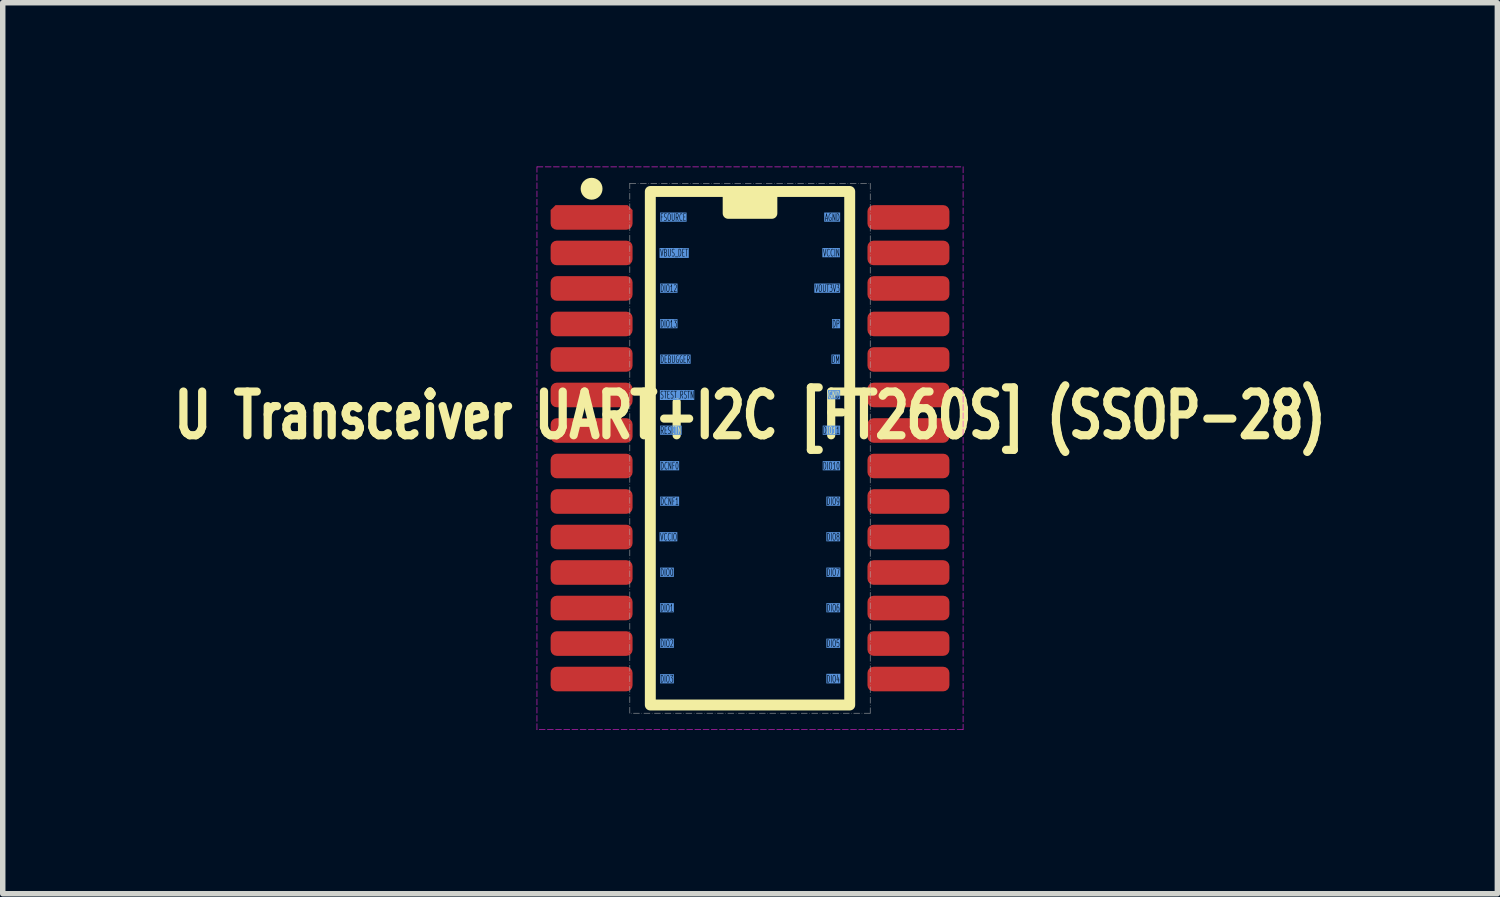
<source format=kicad_pcb>
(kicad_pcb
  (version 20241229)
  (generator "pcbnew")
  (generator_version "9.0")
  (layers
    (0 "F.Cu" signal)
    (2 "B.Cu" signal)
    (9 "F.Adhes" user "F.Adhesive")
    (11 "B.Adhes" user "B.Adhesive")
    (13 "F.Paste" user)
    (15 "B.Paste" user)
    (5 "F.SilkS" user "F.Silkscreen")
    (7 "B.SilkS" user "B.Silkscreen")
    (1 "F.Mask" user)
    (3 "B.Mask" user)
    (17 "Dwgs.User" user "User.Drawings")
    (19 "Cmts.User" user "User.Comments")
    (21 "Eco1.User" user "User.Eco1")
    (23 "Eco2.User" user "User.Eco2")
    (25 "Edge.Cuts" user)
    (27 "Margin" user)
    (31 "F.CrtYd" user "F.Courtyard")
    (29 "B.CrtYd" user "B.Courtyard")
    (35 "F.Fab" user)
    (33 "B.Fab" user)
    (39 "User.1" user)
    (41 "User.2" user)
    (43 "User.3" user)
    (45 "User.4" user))
  (footprint "U Transceiver UART+I2C [FT260S] (SSOP-28)"
    (layer "F.Cu")
    (at 10.679 5.155)
    (property "Reference" "U Transceiver UART+I2C [FT260S] (SSOP-28)" (at 0 -0.6 0) (layer "F.SilkS") (effects (font (size 0.8 0.6) (thickness 0.15))))
    (attr smd)
    (fp_rect (start -1.825 -4.7) (end 1.825 4.7) (stroke (width 0.2) (type default)) (fill no) (layer "F.SilkS"))
    (fp_rect (start -0.4 -4.7) (end 0.4 -4.3) (stroke (width 0.2) (type solid)) (fill yes) (layer "F.SilkS"))
    (fp_circle (center -2.9 -4.75) (end -2.75 -4.75) (stroke (width 0.1) (type solid)) (fill yes) (layer "F.SilkS"))
    (fp_rect (start -3.9 -5.15) (end 3.9 5.15) (stroke (width 0.01) (type dash)) (fill no) (layer "F.CrtYd"))
    (fp_rect (start -2.2 -4.85) (end 2.2 4.85) (stroke (width 0.01) (type dash_dot)) (fill no) (layer "F.Fab"))
    (fp_text user "DIO1" (at -1.65 2.925 0) (layer "Cmts.User" knockout) (effects (font (size 0.13 0.07) (thickness 0.01)) (justify left)))
    (fp_text user "STEST_RSTN" (at -1.65 -0.975 0) (layer "Cmts.User" knockout) (effects (font (size 0.13 0.07) (thickness 0.01) (bold yes)) (justify left)))
    (fp_text user "DIO3" (at -1.65 4.225 0) (layer "Cmts.User" knockout) (effects (font (size 0.13 0.07) (thickness 0.01) (bold yes)) (justify left)))
    (fp_text user "DIO8" (at 1.65 1.625 0) (layer "Cmts.User" knockout) (effects (font (size 0.13 0.07) (thickness 0.01) (bold yes)) (justify right)))
    (fp_text user "GND" (at 1.65 -0.975 0) (layer "Cmts.User" knockout) (effects (font (size 0.13 0.07) (thickness 0.01)) (justify right)))
    (fp_text user "DIO0" (at -1.65 2.275 0) (layer "Cmts.User" knockout) (effects (font (size 0.13 0.07) (thickness 0.01)) (justify left)))
    (fp_text user "FSOURCE" (at -1.65 -4.225 0) (layer "Cmts.User" knockout) (effects (font (size 0.13 0.07) (thickness 0.01) (bold yes)) (justify left)))
    (fp_text user "DP" (at 1.65 -2.275 0) (layer "Cmts.User" knockout) (effects (font (size 0.13 0.07) (thickness 0.01)) (justify right)))
    (fp_text user "DIO2" (at -1.65 3.575 0) (layer "Cmts.User" knockout) (effects (font (size 0.13 0.07) (thickness 0.01)) (justify left)))
    (fp_text user "DIO11" (at 1.65 -0.325 0) (layer "Cmts.User" knockout) (effects (font (size 0.13 0.07) (thickness 0.01)) (justify right)))
    (fp_text user "VBUS_DET" (at -1.65 -3.575 0) (layer "Cmts.User" knockout) (effects (font (size 0.13 0.07) (thickness 0.01)) (justify left)))
    (fp_text user "VOUT3V3" (at 1.65 -2.925 0) (layer "Cmts.User" knockout) (effects (font (size 0.13 0.07) (thickness 0.01)) (justify right)))
    (fp_text user "DIO4" (at 1.65 4.225 0) (layer "Cmts.User" knockout) (effects (font (size 0.13 0.07) (thickness 0.01)) (justify right)))
    (fp_text user "DIO5" (at 1.65 3.575 0) (layer "Cmts.User" knockout) (effects (font (size 0.13 0.07) (thickness 0.01)) (justify right)))
    (fp_text user "DIO6" (at 1.65 2.925 0) (layer "Cmts.User" knockout) (effects (font (size 0.13 0.07) (thickness 0.01)) (justify right)))
    (fp_text user "DIO10" (at 1.65 0.325 0) (layer "Cmts.User" knockout) (effects (font (size 0.13 0.07) (thickness 0.01)) (justify right)))
    (fp_text user "DM" (at 1.65 -1.625 0) (layer "Cmts.User" knockout) (effects (font (size 0.13 0.07) (thickness 0.01)) (justify right)))
    (fp_text user "DIO9" (at 1.65 0.975 0) (layer "Cmts.User" knockout) (effects (font (size 0.13 0.07) (thickness 0.01) (bold yes)) (justify right)))
    (fp_text user "DCNF0" (at -1.65 0.325 0) (layer "Cmts.User" knockout) (effects (font (size 0.13 0.07) (thickness 0.01) (bold yes)) (justify left)))
    (fp_text user "DIO12" (at -1.65 -2.925 0) (layer "Cmts.User" knockout) (effects (font (size 0.13 0.07) (thickness 0.01)) (justify left)))
    (fp_text user "DIO7" (at 1.65 2.275 0) (layer "Cmts.User" knockout) (effects (font (size 0.13 0.07) (thickness 0.01)) (justify right)))
    (fp_text user "VCCIN" (at 1.65 -3.575 0) (layer "Cmts.User" knockout) (effects (font (size 0.13 0.07) (thickness 0.01) (bold yes)) (justify right)))
    (fp_text user "DCNF1" (at -1.65 0.975 0) (layer "Cmts.User" knockout) (effects (font (size 0.13 0.07) (thickness 0.01)) (justify left)))
    (fp_text user "DIO13" (at -1.65 -2.275 0) (layer "Cmts.User" knockout) (effects (font (size 0.13 0.07) (thickness 0.01)) (justify left)))
    (fp_text user "RESETN" (at -1.65 -0.325 0) (layer "Cmts.User" knockout) (effects (font (size 0.13 0.07) (thickness 0.01)) (justify left)))
    (fp_text user "VCCIO" (at -1.65 1.625 0) (layer "Cmts.User" knockout) (effects (font (size 0.13 0.07) (thickness 0.01)) (justify left)))
    (fp_text user "AGND" (at 1.65 -4.225 0) (layer "Cmts.User" knockout) (effects (font (size 0.13 0.07) (thickness 0.01) (bold yes)) (justify right)))
    (fp_text user "DEBUGGER" (at -1.65 -1.625 0) (layer "Cmts.User" knockout) (effects (font (size 0.13 0.07) (thickness 0.01)) (justify left)))
    (pad "1" smd roundrect (at -2.9 -4.225) (size 1.5 0.45) (layers "F.Cu" "F.Mask" "F.Paste") (roundrect_rratio 0.25) (chamfer_ratio 0.2) (chamfer top_left top_right))
    (pad "2" smd roundrect (at -2.9 -3.575) (size 1.5 0.45) (layers "F.Cu" "F.Mask" "F.Paste") (roundrect_rratio 0.25))
    (pad "3" smd roundrect (at -2.9 -2.925) (size 1.5 0.45) (layers "F.Cu" "F.Mask" "F.Paste") (roundrect_rratio 0.25))
    (pad "4" smd roundrect (at -2.9 -2.275) (size 1.5 0.45) (layers "F.Cu" "F.Mask" "F.Paste") (roundrect_rratio 0.25))
    (pad "5" smd roundrect (at -2.9 -1.625) (size 1.5 0.45) (layers "F.Cu" "F.Mask" "F.Paste") (roundrect_rratio 0.25))
    (pad "6" smd roundrect (at -2.9 -0.975) (size 1.5 0.45) (layers "F.Cu" "F.Mask" "F.Paste") (roundrect_rratio 0.25))
    (pad "7" smd roundrect (at -2.9 -0.325) (size 1.5 0.45) (layers "F.Cu" "F.Mask" "F.Paste") (roundrect_rratio 0.25))
    (pad "8" smd roundrect (at -2.9 0.325) (size 1.5 0.45) (layers "F.Cu" "F.Mask" "F.Paste") (roundrect_rratio 0.25))
    (pad "9" smd roundrect (at -2.9 0.975) (size 1.5 0.45) (layers "F.Cu" "F.Mask" "F.Paste") (roundrect_rratio 0.25))
    (pad "10" smd roundrect (at -2.9 1.625) (size 1.5 0.45) (layers "F.Cu" "F.Mask" "F.Paste") (roundrect_rratio 0.25))
    (pad "11" smd roundrect (at -2.9 2.275) (size 1.5 0.45) (layers "F.Cu" "F.Mask" "F.Paste") (roundrect_rratio 0.25))
    (pad "12" smd roundrect (at -2.9 2.925) (size 1.5 0.45) (layers "F.Cu" "F.Mask" "F.Paste") (roundrect_rratio 0.25))
    (pad "13" smd roundrect (at -2.9 3.575) (size 1.5 0.45) (layers "F.Cu" "F.Mask" "F.Paste") (roundrect_rratio 0.25))
    (pad "14" smd roundrect (at -2.9 4.225) (size 1.5 0.45) (layers "F.Cu" "F.Mask" "F.Paste") (roundrect_rratio 0.25))
    (pad "15" smd roundrect (at 2.9 4.225) (size 1.5 0.45) (layers "F.Cu" "F.Mask" "F.Paste") (roundrect_rratio 0.25))
    (pad "16" smd roundrect (at 2.9 3.575) (size 1.5 0.45) (layers "F.Cu" "F.Mask" "F.Paste") (roundrect_rratio 0.25))
    (pad "17" smd roundrect (at 2.9 2.925) (size 1.5 0.45) (layers "F.Cu" "F.Mask" "F.Paste") (roundrect_rratio 0.25))
    (pad "18" smd roundrect (at 2.9 2.275) (size 1.5 0.45) (layers "F.Cu" "F.Mask" "F.Paste") (roundrect_rratio 0.25))
    (pad "19" smd roundrect (at 2.9 1.625) (size 1.5 0.45) (layers "F.Cu" "F.Mask" "F.Paste") (roundrect_rratio 0.25))
    (pad "20" smd roundrect (at 2.9 0.975) (size 1.5 0.45) (layers "F.Cu" "F.Mask" "F.Paste") (roundrect_rratio 0.25))
    (pad "21" smd roundrect (at 2.9 0.325) (size 1.5 0.45) (layers "F.Cu" "F.Mask" "F.Paste") (roundrect_rratio 0.25))
    (pad "22" smd roundrect (at 2.9 -0.325) (size 1.5 0.45) (layers "F.Cu" "F.Mask" "F.Paste") (roundrect_rratio 0.25))
    (pad "23" smd roundrect (at 2.9 -0.975) (size 1.5 0.45) (layers "F.Cu" "F.Mask" "F.Paste") (roundrect_rratio 0.25))
    (pad "24" smd roundrect (at 2.9 -1.625) (size 1.5 0.45) (layers "F.Cu" "F.Mask" "F.Paste") (roundrect_rratio 0.25))
    (pad "25" smd roundrect (at 2.9 -2.275) (size 1.5 0.45) (layers "F.Cu" "F.Mask" "F.Paste") (roundrect_rratio 0.25))
    (pad "26" smd roundrect (at 2.9 -2.925) (size 1.5 0.45) (layers "F.Cu" "F.Mask" "F.Paste") (roundrect_rratio 0.25))
    (pad "27" smd roundrect (at 2.9 -3.575) (size 1.5 0.45) (layers "F.Cu" "F.Mask" "F.Paste") (roundrect_rratio 0.25))
    (pad "28" smd roundrect (at 2.9 -4.225) (size 1.5 0.45) (layers "F.Cu" "F.Mask" "F.Paste") (roundrect_rratio 0.25)))
  (gr_rect
    (start -3 -3)
    (end 24.359 13.31)
    (stroke (width 0.1) (type default))
    (fill no)
    (layer "Edge.Cuts")))
</source>
